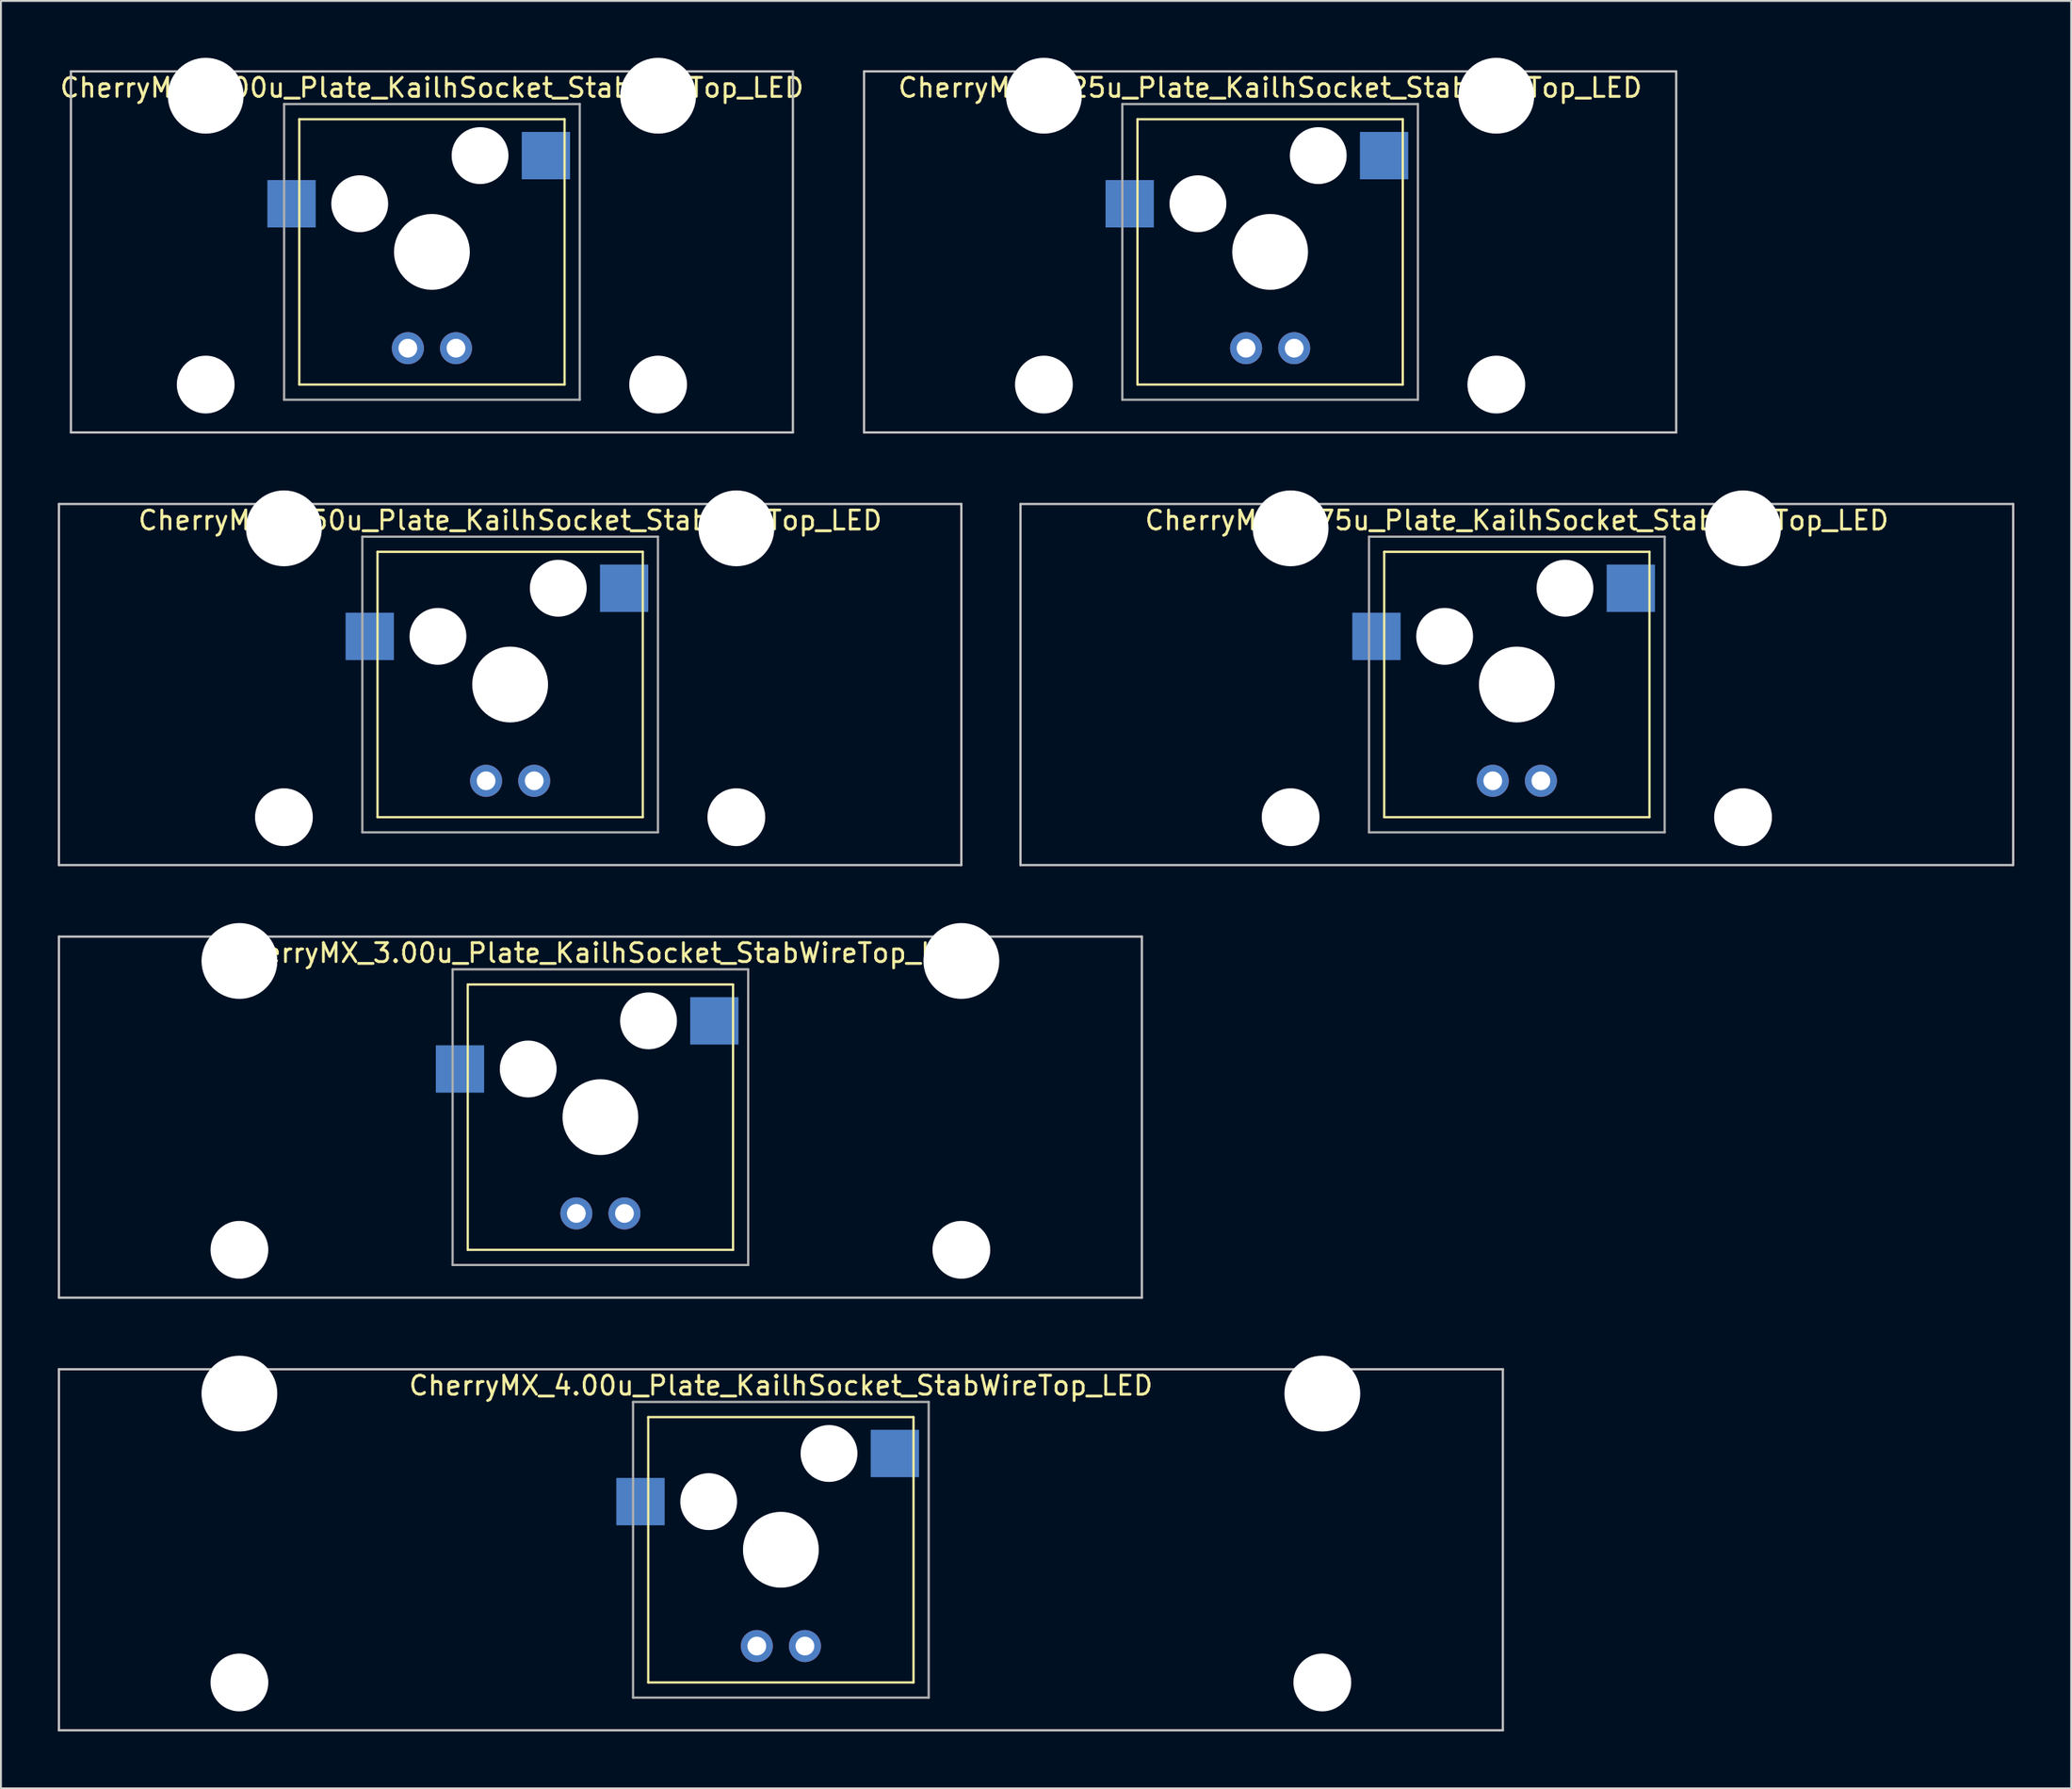
<source format=kicad_pcb>
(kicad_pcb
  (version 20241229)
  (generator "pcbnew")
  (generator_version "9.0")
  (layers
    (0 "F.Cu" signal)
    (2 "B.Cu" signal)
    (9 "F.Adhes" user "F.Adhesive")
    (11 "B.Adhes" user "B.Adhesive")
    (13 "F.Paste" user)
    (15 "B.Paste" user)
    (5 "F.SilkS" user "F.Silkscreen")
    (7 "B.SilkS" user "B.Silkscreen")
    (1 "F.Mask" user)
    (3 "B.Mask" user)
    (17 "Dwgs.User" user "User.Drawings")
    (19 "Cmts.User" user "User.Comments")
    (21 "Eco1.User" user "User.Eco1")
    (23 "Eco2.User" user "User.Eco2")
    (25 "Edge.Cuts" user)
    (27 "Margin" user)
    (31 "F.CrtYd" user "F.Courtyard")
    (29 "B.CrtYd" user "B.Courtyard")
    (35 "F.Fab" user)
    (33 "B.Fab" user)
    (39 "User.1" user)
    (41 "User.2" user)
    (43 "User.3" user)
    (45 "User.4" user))
  (footprint "CherryMX_2.25u_Plate_KailhSocket_StabWireTop_LED"
    (layer "F.Cu")
    (at 63.979 10.24)
    (property "Reference" "CherryMX_2.25u_Plate_KailhSocket_StabWireTop_LED" (at 0 -8.662 0) (layer "F.SilkS") (effects (font (size 1 1) (thickness 0.15))))
    (attr through_hole)
    (fp_line (start -7 -7) (end -7 7) (stroke (width 0.12) (type solid)) (layer "F.SilkS"))
    (fp_line (start -7 -7) (end 7 -7) (stroke (width 0.12) (type solid)) (layer "F.SilkS"))
    (fp_line (start 7 -7) (end 7 7) (stroke (width 0.12) (type solid)) (layer "F.SilkS"))
    (fp_line (start 7 7) (end -7 7) (stroke (width 0.12) (type solid)) (layer "F.SilkS"))
    (fp_line (start -21.431 -9.525) (end 21.431 -9.525) (stroke (width 0.12) (type solid)) (layer "Dwgs.User"))
    (fp_line (start -21.431 9.525) (end -21.431 -9.525) (stroke (width 0.12) (type solid)) (layer "Dwgs.User"))
    (fp_line (start 21.431 -9.525) (end 21.431 9.525) (stroke (width 0.12) (type solid)) (layer "Dwgs.User"))
    (fp_line (start 21.431 9.525) (end -21.431 9.525) (stroke (width 0.12) (type solid)) (layer "Dwgs.User"))
    (fp_line (start -7.8 -7.8) (end -7.8 7.8) (stroke (width 0.12) (type solid)) (layer "F.Fab"))
    (fp_line (start -7.8 -7.8) (end 7.8 -7.8) (stroke (width 0.12) (type solid)) (layer "F.Fab"))
    (fp_line (start -7.8 7.8) (end 7.8 7.8) (stroke (width 0.12) (type solid)) (layer "F.Fab"))
    (fp_line (start 7.8 -7.8) (end 7.8 7.8) (stroke (width 0.12) (type solid)) (layer "F.Fab"))
    (pad "" np_thru_hole circle (at -11.938 -8.24) (size 4 4) (drill 4) (layers "*.Cu" "*.Mask"))
    (pad "" np_thru_hole circle (at -11.938 7) (size 3.05 3.05) (drill 3.05) (layers "*.Cu" "*.Mask"))
    (pad "" np_thru_hole circle (at -3.81 -2.54) (size 3 3) (drill 3) (layers "*.Cu" "*.Mask"))
    (pad "" np_thru_hole circle (at 0 0) (size 4 4) (drill 4) (layers "*.Cu" "*.Mask"))
    (pad "" np_thru_hole circle (at 2.54 -5.08) (size 3 3) (drill 3) (layers "*.Cu" "*.Mask"))
    (pad "" np_thru_hole circle (at 11.938 -8.24) (size 4 4) (drill 4) (layers "*.Cu" "*.Mask"))
    (pad "" np_thru_hole circle (at 11.938 7) (size 3.05 3.05) (drill 3.05) (layers "*.Cu" "*.Mask"))
    (pad "1" smd rect (at -7.41 -2.54) (size 2.55 2.5) (layers "B.Cu" "B.Mask" "B.Paste"))
    (pad "2" smd rect (at 6.015 -5.08) (size 2.55 2.5) (layers "B.Cu" "B.Mask" "B.Paste"))
    (pad "3" thru_hole circle (at -1.27 5.08) (size 1.691 1.691) (drill 0.991) (layers "*.Cu" "*.Mask"))
    (pad "4" thru_hole circle (at 1.27 5.08) (size 1.691 1.691) (drill 0.991) (layers "*.Cu" "*.Mask")))
  (footprint "CherryMX_4.00u_Plate_KailhSocket_StabWireTop_LED"
    (layer "F.Cu")
    (at 38.16 78.715)
    (property "Reference" "CherryMX_4.00u_Plate_KailhSocket_StabWireTop_LED" (at 0 -8.662 0) (layer "F.SilkS") (effects (font (size 1 1) (thickness 0.15))))
    (attr through_hole)
    (fp_line (start -7 -7) (end -7 7) (stroke (width 0.12) (type solid)) (layer "F.SilkS"))
    (fp_line (start -7 -7) (end 7 -7) (stroke (width 0.12) (type solid)) (layer "F.SilkS"))
    (fp_line (start 7 -7) (end 7 7) (stroke (width 0.12) (type solid)) (layer "F.SilkS"))
    (fp_line (start 7 7) (end -7 7) (stroke (width 0.12) (type solid)) (layer "F.SilkS"))
    (fp_line (start -38.1 -9.525) (end 38.1 -9.525) (stroke (width 0.12) (type solid)) (layer "Dwgs.User"))
    (fp_line (start -38.1 9.525) (end -38.1 -9.525) (stroke (width 0.12) (type solid)) (layer "Dwgs.User"))
    (fp_line (start 38.1 -9.525) (end 38.1 9.525) (stroke (width 0.12) (type solid)) (layer "Dwgs.User"))
    (fp_line (start 38.1 9.525) (end -38.1 9.525) (stroke (width 0.12) (type solid)) (layer "Dwgs.User"))
    (fp_line (start -7.8 -7.8) (end -7.8 7.8) (stroke (width 0.12) (type solid)) (layer "F.Fab"))
    (fp_line (start -7.8 -7.8) (end 7.8 -7.8) (stroke (width 0.12) (type solid)) (layer "F.Fab"))
    (fp_line (start -7.8 7.8) (end 7.8 7.8) (stroke (width 0.12) (type solid)) (layer "F.Fab"))
    (fp_line (start 7.8 -7.8) (end 7.8 7.8) (stroke (width 0.12) (type solid)) (layer "F.Fab"))
    (pad "" np_thru_hole circle (at -28.575 -8.24) (size 4 4) (drill 4) (layers "*.Cu" "*.Mask"))
    (pad "" np_thru_hole circle (at -28.575 7) (size 3.05 3.05) (drill 3.05) (layers "*.Cu" "*.Mask"))
    (pad "" np_thru_hole circle (at -3.81 -2.54) (size 3 3) (drill 3) (layers "*.Cu" "*.Mask"))
    (pad "" np_thru_hole circle (at 0 0) (size 4 4) (drill 4) (layers "*.Cu" "*.Mask"))
    (pad "" np_thru_hole circle (at 2.54 -5.08) (size 3 3) (drill 3) (layers "*.Cu" "*.Mask"))
    (pad "" np_thru_hole circle (at 28.575 -8.24) (size 4 4) (drill 4) (layers "*.Cu" "*.Mask"))
    (pad "" np_thru_hole circle (at 28.575 7) (size 3.05 3.05) (drill 3.05) (layers "*.Cu" "*.Mask"))
    (pad "1" smd rect (at -7.41 -2.54) (size 2.55 2.5) (layers "B.Cu" "B.Mask" "B.Paste"))
    (pad "2" smd rect (at 6.015 -5.08) (size 2.55 2.5) (layers "B.Cu" "B.Mask" "B.Paste"))
    (pad "3" thru_hole circle (at -1.27 5.08) (size 1.691 1.691) (drill 0.991) (layers "*.Cu" "*.Mask"))
    (pad "4" thru_hole circle (at 1.27 5.08) (size 1.691 1.691) (drill 0.991) (layers "*.Cu" "*.Mask")))
  (footprint "CherryMX_2.50u_Plate_KailhSocket_StabWireTop_LED"
    (layer "F.Cu")
    (at 23.872 33.065)
    (property "Reference" "CherryMX_2.50u_Plate_KailhSocket_StabWireTop_LED" (at 0 -8.662 0) (layer "F.SilkS") (effects (font (size 1 1) (thickness 0.15))))
    (attr through_hole)
    (fp_line (start -7 -7) (end -7 7) (stroke (width 0.12) (type solid)) (layer "F.SilkS"))
    (fp_line (start -7 -7) (end 7 -7) (stroke (width 0.12) (type solid)) (layer "F.SilkS"))
    (fp_line (start 7 -7) (end 7 7) (stroke (width 0.12) (type solid)) (layer "F.SilkS"))
    (fp_line (start 7 7) (end -7 7) (stroke (width 0.12) (type solid)) (layer "F.SilkS"))
    (fp_line (start -23.812 -9.525) (end 23.812 -9.525) (stroke (width 0.12) (type solid)) (layer "Dwgs.User"))
    (fp_line (start -23.812 9.525) (end -23.812 -9.525) (stroke (width 0.12) (type solid)) (layer "Dwgs.User"))
    (fp_line (start 23.812 -9.525) (end 23.812 9.525) (stroke (width 0.12) (type solid)) (layer "Dwgs.User"))
    (fp_line (start 23.812 9.525) (end -23.812 9.525) (stroke (width 0.12) (type solid)) (layer "Dwgs.User"))
    (fp_line (start -7.8 -7.8) (end -7.8 7.8) (stroke (width 0.12) (type solid)) (layer "F.Fab"))
    (fp_line (start -7.8 -7.8) (end 7.8 -7.8) (stroke (width 0.12) (type solid)) (layer "F.Fab"))
    (fp_line (start -7.8 7.8) (end 7.8 7.8) (stroke (width 0.12) (type solid)) (layer "F.Fab"))
    (fp_line (start 7.8 -7.8) (end 7.8 7.8) (stroke (width 0.12) (type solid)) (layer "F.Fab"))
    (pad "" np_thru_hole circle (at -11.938 -8.24) (size 4 4) (drill 4) (layers "*.Cu" "*.Mask"))
    (pad "" np_thru_hole circle (at -11.938 7) (size 3.05 3.05) (drill 3.05) (layers "*.Cu" "*.Mask"))
    (pad "" np_thru_hole circle (at -3.81 -2.54) (size 3 3) (drill 3) (layers "*.Cu" "*.Mask"))
    (pad "" np_thru_hole circle (at 0 0) (size 4 4) (drill 4) (layers "*.Cu" "*.Mask"))
    (pad "" np_thru_hole circle (at 2.54 -5.08) (size 3 3) (drill 3) (layers "*.Cu" "*.Mask"))
    (pad "" np_thru_hole circle (at 11.938 -8.24) (size 4 4) (drill 4) (layers "*.Cu" "*.Mask"))
    (pad "" np_thru_hole circle (at 11.938 7) (size 3.05 3.05) (drill 3.05) (layers "*.Cu" "*.Mask"))
    (pad "1" smd rect (at -7.41 -2.54) (size 2.55 2.5) (layers "B.Cu" "B.Mask" "B.Paste"))
    (pad "2" smd rect (at 6.015 -5.08) (size 2.55 2.5) (layers "B.Cu" "B.Mask" "B.Paste"))
    (pad "3" thru_hole circle (at -1.27 5.08) (size 1.691 1.691) (drill 0.991) (layers "*.Cu" "*.Mask"))
    (pad "4" thru_hole circle (at 1.27 5.08) (size 1.691 1.691) (drill 0.991) (layers "*.Cu" "*.Mask")))
  (footprint "CherryMX_3.00u_Plate_KailhSocket_StabWireTop_LED"
    (layer "F.Cu")
    (at 28.635 55.89)
    (property "Reference" "CherryMX_3.00u_Plate_KailhSocket_StabWireTop_LED" (at 0 -8.662 0) (layer "F.SilkS") (effects (font (size 1 1) (thickness 0.15))))
    (attr through_hole)
    (fp_line (start -7 -7) (end -7 7) (stroke (width 0.12) (type solid)) (layer "F.SilkS"))
    (fp_line (start -7 -7) (end 7 -7) (stroke (width 0.12) (type solid)) (layer "F.SilkS"))
    (fp_line (start 7 -7) (end 7 7) (stroke (width 0.12) (type solid)) (layer "F.SilkS"))
    (fp_line (start 7 7) (end -7 7) (stroke (width 0.12) (type solid)) (layer "F.SilkS"))
    (fp_line (start -28.575 -9.525) (end 28.575 -9.525) (stroke (width 0.12) (type solid)) (layer "Dwgs.User"))
    (fp_line (start -28.575 9.525) (end -28.575 -9.525) (stroke (width 0.12) (type solid)) (layer "Dwgs.User"))
    (fp_line (start 28.575 -9.525) (end 28.575 9.525) (stroke (width 0.12) (type solid)) (layer "Dwgs.User"))
    (fp_line (start 28.575 9.525) (end -28.575 9.525) (stroke (width 0.12) (type solid)) (layer "Dwgs.User"))
    (fp_line (start -7.8 -7.8) (end -7.8 7.8) (stroke (width 0.12) (type solid)) (layer "F.Fab"))
    (fp_line (start -7.8 -7.8) (end 7.8 -7.8) (stroke (width 0.12) (type solid)) (layer "F.Fab"))
    (fp_line (start -7.8 7.8) (end 7.8 7.8) (stroke (width 0.12) (type solid)) (layer "F.Fab"))
    (fp_line (start 7.8 -7.8) (end 7.8 7.8) (stroke (width 0.12) (type solid)) (layer "F.Fab"))
    (pad "" np_thru_hole circle (at -19.05 -8.24) (size 4 4) (drill 4) (layers "*.Cu" "*.Mask"))
    (pad "" np_thru_hole circle (at -19.05 7) (size 3.05 3.05) (drill 3.05) (layers "*.Cu" "*.Mask"))
    (pad "" np_thru_hole circle (at -3.81 -2.54) (size 3 3) (drill 3) (layers "*.Cu" "*.Mask"))
    (pad "" np_thru_hole circle (at 0 0) (size 4 4) (drill 4) (layers "*.Cu" "*.Mask"))
    (pad "" np_thru_hole circle (at 2.54 -5.08) (size 3 3) (drill 3) (layers "*.Cu" "*.Mask"))
    (pad "" np_thru_hole circle (at 19.05 -8.24) (size 4 4) (drill 4) (layers "*.Cu" "*.Mask"))
    (pad "" np_thru_hole circle (at 19.05 7) (size 3.05 3.05) (drill 3.05) (layers "*.Cu" "*.Mask"))
    (pad "1" smd rect (at -7.41 -2.54) (size 2.55 2.5) (layers "B.Cu" "B.Mask" "B.Paste"))
    (pad "2" smd rect (at 6.015 -5.08) (size 2.55 2.5) (layers "B.Cu" "B.Mask" "B.Paste"))
    (pad "3" thru_hole circle (at -1.27 5.08) (size 1.691 1.691) (drill 0.991) (layers "*.Cu" "*.Mask"))
    (pad "4" thru_hole circle (at 1.27 5.08) (size 1.691 1.691) (drill 0.991) (layers "*.Cu" "*.Mask")))
  (footprint "CherryMX_2.00u_Plate_KailhSocket_StabWireTop_LED"
    (layer "F.Cu")
    (at 19.744 10.24)
    (property "Reference" "CherryMX_2.00u_Plate_KailhSocket_StabWireTop_LED" (at 0 -8.662 0) (layer "F.SilkS") (effects (font (size 1 1) (thickness 0.15))))
    (attr through_hole)
    (fp_line (start -7 -7) (end -7 7) (stroke (width 0.12) (type solid)) (layer "F.SilkS"))
    (fp_line (start -7 -7) (end 7 -7) (stroke (width 0.12) (type solid)) (layer "F.SilkS"))
    (fp_line (start 7 -7) (end 7 7) (stroke (width 0.12) (type solid)) (layer "F.SilkS"))
    (fp_line (start 7 7) (end -7 7) (stroke (width 0.12) (type solid)) (layer "F.SilkS"))
    (fp_line (start -19.05 -9.525) (end 19.05 -9.525) (stroke (width 0.12) (type solid)) (layer "Dwgs.User"))
    (fp_line (start -19.05 9.525) (end -19.05 -9.525) (stroke (width 0.12) (type solid)) (layer "Dwgs.User"))
    (fp_line (start 19.05 -9.525) (end 19.05 9.525) (stroke (width 0.12) (type solid)) (layer "Dwgs.User"))
    (fp_line (start 19.05 9.525) (end -19.05 9.525) (stroke (width 0.12) (type solid)) (layer "Dwgs.User"))
    (fp_line (start -7.8 -7.8) (end -7.8 7.8) (stroke (width 0.12) (type solid)) (layer "F.Fab"))
    (fp_line (start -7.8 -7.8) (end 7.8 -7.8) (stroke (width 0.12) (type solid)) (layer "F.Fab"))
    (fp_line (start -7.8 7.8) (end 7.8 7.8) (stroke (width 0.12) (type solid)) (layer "F.Fab"))
    (fp_line (start 7.8 -7.8) (end 7.8 7.8) (stroke (width 0.12) (type solid)) (layer "F.Fab"))
    (pad "" np_thru_hole circle (at -11.938 -8.24) (size 4 4) (drill 4) (layers "*.Cu" "*.Mask"))
    (pad "" np_thru_hole circle (at -11.938 7) (size 3.05 3.05) (drill 3.05) (layers "*.Cu" "*.Mask"))
    (pad "" np_thru_hole circle (at -3.81 -2.54) (size 3 3) (drill 3) (layers "*.Cu" "*.Mask"))
    (pad "" np_thru_hole circle (at 0 0) (size 4 4) (drill 4) (layers "*.Cu" "*.Mask"))
    (pad "" np_thru_hole circle (at 2.54 -5.08) (size 3 3) (drill 3) (layers "*.Cu" "*.Mask"))
    (pad "" np_thru_hole circle (at 11.938 -8.24) (size 4 4) (drill 4) (layers "*.Cu" "*.Mask"))
    (pad "" np_thru_hole circle (at 11.938 7) (size 3.05 3.05) (drill 3.05) (layers "*.Cu" "*.Mask"))
    (pad "1" smd rect (at -7.41 -2.54) (size 2.55 2.5) (layers "B.Cu" "B.Mask" "B.Paste"))
    (pad "2" smd rect (at 6.015 -5.08) (size 2.55 2.5) (layers "B.Cu" "B.Mask" "B.Paste"))
    (pad "3" thru_hole circle (at -1.27 5.08) (size 1.691 1.691) (drill 0.991) (layers "*.Cu" "*.Mask"))
    (pad "4" thru_hole circle (at 1.27 5.08) (size 1.691 1.691) (drill 0.991) (layers "*.Cu" "*.Mask")))
  (footprint "CherryMX_2.75u_Plate_KailhSocket_StabWireTop_LED"
    (layer "F.Cu")
    (at 76.999 33.065)
    (property "Reference" "CherryMX_2.75u_Plate_KailhSocket_StabWireTop_LED" (at 0 -8.662 0) (layer "F.SilkS") (effects (font (size 1 1) (thickness 0.15))))
    (attr through_hole)
    (fp_line (start -7 -7) (end -7 7) (stroke (width 0.12) (type solid)) (layer "F.SilkS"))
    (fp_line (start -7 -7) (end 7 -7) (stroke (width 0.12) (type solid)) (layer "F.SilkS"))
    (fp_line (start 7 -7) (end 7 7) (stroke (width 0.12) (type solid)) (layer "F.SilkS"))
    (fp_line (start 7 7) (end -7 7) (stroke (width 0.12) (type solid)) (layer "F.SilkS"))
    (fp_line (start -26.194 -9.525) (end 26.194 -9.525) (stroke (width 0.12) (type solid)) (layer "Dwgs.User"))
    (fp_line (start -26.194 9.525) (end -26.194 -9.525) (stroke (width 0.12) (type solid)) (layer "Dwgs.User"))
    (fp_line (start 26.194 -9.525) (end 26.194 9.525) (stroke (width 0.12) (type solid)) (layer "Dwgs.User"))
    (fp_line (start 26.194 9.525) (end -26.194 9.525) (stroke (width 0.12) (type solid)) (layer "Dwgs.User"))
    (fp_line (start -7.8 -7.8) (end -7.8 7.8) (stroke (width 0.12) (type solid)) (layer "F.Fab"))
    (fp_line (start -7.8 -7.8) (end 7.8 -7.8) (stroke (width 0.12) (type solid)) (layer "F.Fab"))
    (fp_line (start -7.8 7.8) (end 7.8 7.8) (stroke (width 0.12) (type solid)) (layer "F.Fab"))
    (fp_line (start 7.8 -7.8) (end 7.8 7.8) (stroke (width 0.12) (type solid)) (layer "F.Fab"))
    (pad "" np_thru_hole circle (at -11.938 -8.24) (size 4 4) (drill 4) (layers "*.Cu" "*.Mask"))
    (pad "" np_thru_hole circle (at -11.938 7) (size 3.05 3.05) (drill 3.05) (layers "*.Cu" "*.Mask"))
    (pad "" np_thru_hole circle (at -3.81 -2.54) (size 3 3) (drill 3) (layers "*.Cu" "*.Mask"))
    (pad "" np_thru_hole circle (at 0 0) (size 4 4) (drill 4) (layers "*.Cu" "*.Mask"))
    (pad "" np_thru_hole circle (at 2.54 -5.08) (size 3 3) (drill 3) (layers "*.Cu" "*.Mask"))
    (pad "" np_thru_hole circle (at 11.938 -8.24) (size 4 4) (drill 4) (layers "*.Cu" "*.Mask"))
    (pad "" np_thru_hole circle (at 11.938 7) (size 3.05 3.05) (drill 3.05) (layers "*.Cu" "*.Mask"))
    (pad "1" smd rect (at -7.41 -2.54) (size 2.55 2.5) (layers "B.Cu" "B.Mask" "B.Paste"))
    (pad "2" smd rect (at 6.015 -5.08) (size 2.55 2.5) (layers "B.Cu" "B.Mask" "B.Paste"))
    (pad "3" thru_hole circle (at -1.27 5.08) (size 1.691 1.691) (drill 0.991) (layers "*.Cu" "*.Mask"))
    (pad "4" thru_hole circle (at 1.27 5.08) (size 1.691 1.691) (drill 0.991) (layers "*.Cu" "*.Mask")))
  (gr_rect
    (start -3 -3)
    (end 106.252 91.3)
    (stroke (width 0.1) (type default))
    (fill no)
    (layer "Edge.Cuts")))
</source>
